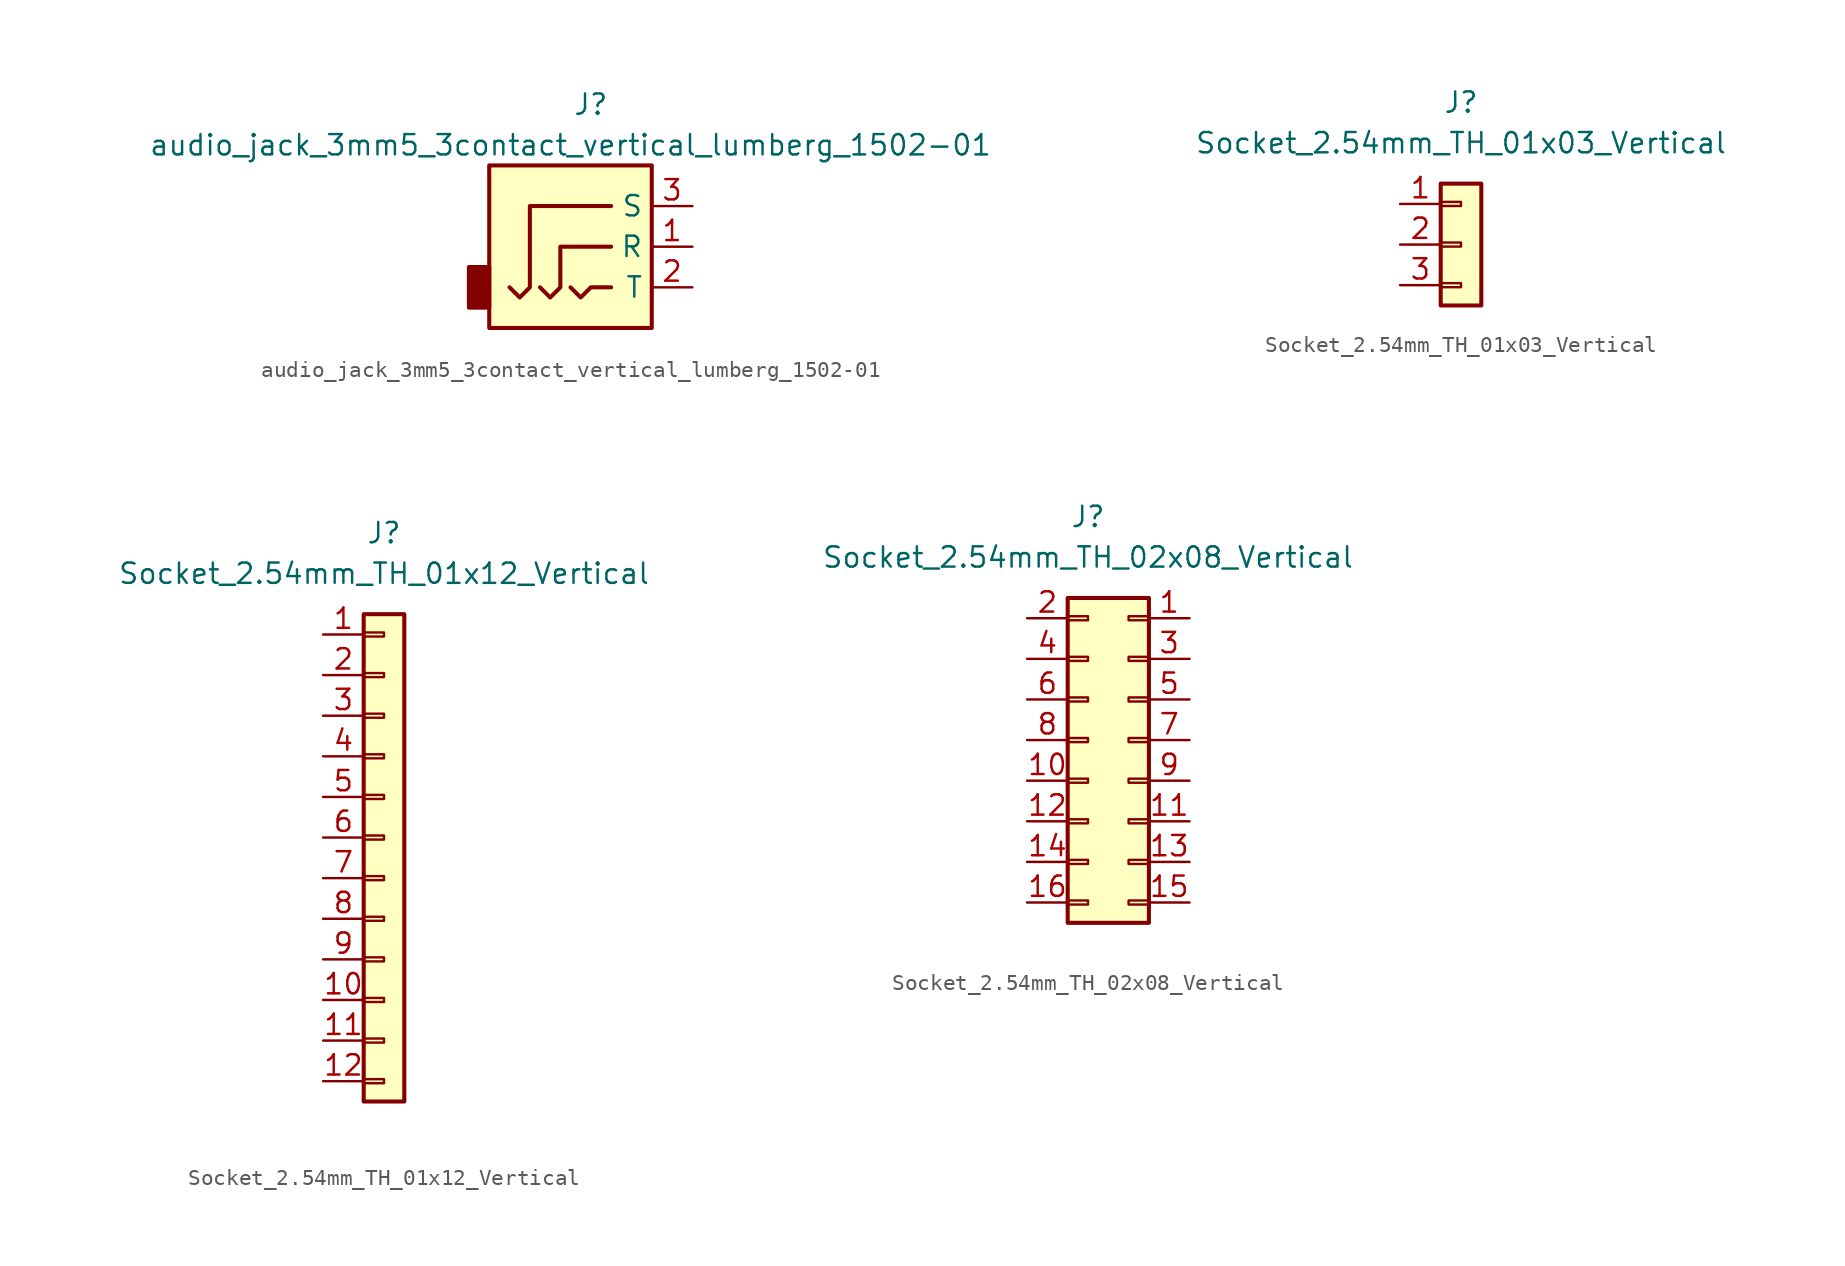
<source format=kicad_sym>
(kicad_symbol_lib
  (version 20211014)
  (generator kicad_symbol_editor)
  (symbol "audio_jack_3mm5_3contact_vertical_lumberg_1502-01"
    (property "Reference" "J"
      (at 0 11.43 0)
      (effects (font (size 1.27 1.27))))
    (property "Value" "audio_jack_3mm5_3contact_vertical_lumberg_1502-01"
      (at -1.27 8.89 0)
      (effects (font (size 1.27 1.27))))
    (symbol "audio_jack_3mm5_3contact_vertical_lumberg_1502-01_1_1"
      (rectangle (start -6.35 -1.27) (end -7.62 1.27) (stroke (width 0.254) (type default) (color 0 0 0 0)) (fill (type outline)))
      (polyline (pts (xy -1.27 0) (xy -0.635 -0.635) (xy 0 0) (xy 1.27 0)) (stroke (width 0.254) (type default) (color 0 0 0 0)) (fill (type none)))
      (polyline (pts (xy -3.175 0) (xy -2.54 -0.635) (xy -1.905 0) (xy -1.905 2.54) (xy 1.27 2.54)) (stroke (width 0.254) (type default) (color 0 0 0 0)) (fill (type none)))
      (polyline (pts (xy 1.27 5.08) (xy -3.81 5.08) (xy -3.81 0) (xy -4.445 -0.635) (xy -5.08 0)) (stroke (width 0.254) (type default) (color 0 0 0 0)) (fill (type none)))
      (rectangle (start 3.81 7.62) (end -6.35 -2.54) (stroke (width 0.254) (type default) (color 0 0 0 0)) (fill (type background)))
      (pin passive line (at 6.35 2.54 180) (length 2.54) (name "R" (effects (font (size 1.27 1.27)))) (number "1" (effects (font (size 1.27 1.27)))))
      (pin passive line (at 6.35 0 180) (length 2.54) (name "T" (effects (font (size 1.27 1.27)))) (number "2" (effects (font (size 1.27 1.27)))))
      (pin passive line (at 6.35 5.08 180) (length 2.54) (name "S" (effects (font (size 1.27 1.27)))) (number "3" (effects (font (size 1.27 1.27)))))))
  (symbol "Socket_2.54mm_TH_01x03_Vertical"
    (pin_names
      (offset 1.27) hide)
    (property "Reference" "J"
      (at 0 8.89 0)
      (effects (font (size 1.27 1.27))))
    (property "Value" "Socket_2.54mm_TH_01x03_Vertical"
      (at 0 6.35 0)
      (effects (font (size 1.27 1.27))))
    (symbol "Socket_2.54mm_TH_01x03_Vertical_1_1"
      (rectangle (start -1.27 -2.413) (end 0 -2.667) (stroke (width 0.152) (type default) (color 0 0 0 0)) (fill (type none)))
      (rectangle (start -1.27 0.127) (end 0 -0.127) (stroke (width 0.152) (type default) (color 0 0 0 0)) (fill (type none)))
      (rectangle (start -1.27 2.667) (end 0 2.413) (stroke (width 0.152) (type default) (color 0 0 0 0)) (fill (type none)))
      (rectangle (start -1.27 3.81) (end 1.27 -3.81) (stroke (width 0.254) (type default) (color 0 0 0 0)) (fill (type background)))
      (pin passive line (at -3.81 2.54 0) (length 2.54) (name "Pin_1" (effects (font (size 1.27 1.27)))) (number "1" (effects (font (size 1.27 1.27)))))
      (pin passive line (at -3.81 0 0) (length 2.54) (name "Pin_2" (effects (font (size 1.27 1.27)))) (number "2" (effects (font (size 1.27 1.27)))))
      (pin passive line (at -3.81 -2.54 0) (length 2.54) (name "Pin_3" (effects (font (size 1.27 1.27)))) (number "3" (effects (font (size 1.27 1.27)))))))
  (symbol "Socket_2.54mm_TH_01x12_Vertical"
    (pin_names
      (offset 1.27) hide)
    (property "Reference" "J"
      (at 0 20.32 0)
      (effects (font (size 1.27 1.27))))
    (property "Value" "Socket_2.54mm_TH_01x12_Vertical"
      (at 0 17.78 0)
      (effects (font (size 1.27 1.27))))
    (symbol "Socket_2.54mm_TH_01x12_Vertical_0_0"
      (pin passive line (at -3.81 -8.89 0) (length 2.54) (name "Pin_10" (effects (font (size 1.27 1.27)))) (number "10" (effects (font (size 1.27 1.27)))))
      (pin passive line (at -3.81 -11.43 0) (length 2.54) (name "Pin_11" (effects (font (size 1.27 1.27)))) (number "11" (effects (font (size 1.27 1.27)))))
      (pin passive line (at -3.81 -13.97 0) (length 2.54) (name "Pin_12" (effects (font (size 1.27 1.27)))) (number "12" (effects (font (size 1.27 1.27)))))
      (pin passive line (at -3.81 6.35 0) (length 2.54) (name "Pin_4" (effects (font (size 1.27 1.27)))) (number "4" (effects (font (size 1.27 1.27)))))
      (pin passive line (at -3.81 3.81 0) (length 2.54) (name "Pin_5" (effects (font (size 1.27 1.27)))) (number "5" (effects (font (size 1.27 1.27)))))
      (pin passive line (at -3.81 1.27 0) (length 2.54) (name "Pin_6" (effects (font (size 1.27 1.27)))) (number "6" (effects (font (size 1.27 1.27)))))
      (pin passive line (at -3.81 -1.27 0) (length 2.54) (name "Pin_7" (effects (font (size 1.27 1.27)))) (number "7" (effects (font (size 1.27 1.27)))))
      (pin passive line (at -3.81 -3.81 0) (length 2.54) (name "Pin_8" (effects (font (size 1.27 1.27)))) (number "8" (effects (font (size 1.27 1.27)))))
      (pin passive line (at -3.81 -6.35 0) (length 2.54) (name "Pin_9" (effects (font (size 1.27 1.27)))) (number "9" (effects (font (size 1.27 1.27))))))
    (symbol "Socket_2.54mm_TH_01x12_Vertical_1_1"
      (rectangle (start -1.27 -13.843) (end 0 -14.097) (stroke (width 0.152) (type default) (color 0 0 0 0)) (fill (type none)))
      (rectangle (start -1.27 -11.303) (end 0 -11.557) (stroke (width 0.152) (type default) (color 0 0 0 0)) (fill (type none)))
      (rectangle (start -1.27 -8.763) (end 0 -9.017) (stroke (width 0.152) (type default) (color 0 0 0 0)) (fill (type none)))
      (rectangle (start -1.27 -6.223) (end 0 -6.477) (stroke (width 0.152) (type default) (color 0 0 0 0)) (fill (type none)))
      (rectangle (start -1.27 -3.683) (end 0 -3.937) (stroke (width 0.152) (type default) (color 0 0 0 0)) (fill (type none)))
      (rectangle (start -1.27 -1.143) (end 0 -1.397) (stroke (width 0.152) (type default) (color 0 0 0 0)) (fill (type none)))
      (rectangle (start -1.27 1.397) (end 0 1.143) (stroke (width 0.152) (type default) (color 0 0 0 0)) (fill (type none)))
      (rectangle (start -1.27 3.937) (end 0 3.683) (stroke (width 0.152) (type default) (color 0 0 0 0)) (fill (type none)))
      (rectangle (start -1.27 6.477) (end 0 6.223) (stroke (width 0.152) (type default) (color 0 0 0 0)) (fill (type none)))
      (rectangle (start -1.27 9.017) (end 0 8.763) (stroke (width 0.152) (type default) (color 0 0 0 0)) (fill (type none)))
      (rectangle (start -1.27 11.557) (end 0 11.303) (stroke (width 0.152) (type default) (color 0 0 0 0)) (fill (type none)))
      (rectangle (start -1.27 14.097) (end 0 13.843) (stroke (width 0.152) (type default) (color 0 0 0 0)) (fill (type none)))
      (rectangle (start -1.27 15.24) (end 1.27 -15.24) (stroke (width 0.254) (type default) (color 0 0 0 0)) (fill (type background)))
      (pin passive line (at -3.81 13.97 0) (length 2.54) (name "Pin_1" (effects (font (size 1.27 1.27)))) (number "1" (effects (font (size 1.27 1.27)))))
      (pin passive line (at -3.81 11.43 0) (length 2.54) (name "Pin_2" (effects (font (size 1.27 1.27)))) (number "2" (effects (font (size 1.27 1.27)))))
      (pin passive line (at -3.81 8.89 0) (length 2.54) (name "Pin_3" (effects (font (size 1.27 1.27)))) (number "3" (effects (font (size 1.27 1.27)))))))
  (symbol "Socket_2.54mm_TH_02x08_Vertical"
    (pin_names
      (offset 1.27) hide)
    (property "Reference" "J"
      (at -1.27 15.24 0)
      (effects (font (size 1.27 1.27))))
    (property "Value" "Socket_2.54mm_TH_02x08_Vertical"
      (at -1.27 12.7 0)
      (effects (font (size 1.27 1.27))))
    (symbol "Socket_2.54mm_TH_02x08_Vertical_0_0"
      (pin passive line (at -5.08 -1.27 0) (length 2.54) (name "Pin_10" (effects (font (size 1.27 1.27)))) (number "10" (effects (font (size 1.27 1.27)))))
      (pin passive line (at 5.08 -3.81 180) (length 2.54) (name "Pin_11" (effects (font (size 1.27 1.27)))) (number "11" (effects (font (size 1.27 1.27)))))
      (pin passive line (at -5.08 -3.81 0) (length 2.54) (name "Pin_12" (effects (font (size 1.27 1.27)))) (number "12" (effects (font (size 1.27 1.27)))))
      (pin passive line (at 5.08 -6.35 180) (length 2.54) (name "Pin_13" (effects (font (size 1.27 1.27)))) (number "13" (effects (font (size 1.27 1.27)))))
      (pin passive line (at -5.08 -6.35 0) (length 2.54) (name "Pin_14" (effects (font (size 1.27 1.27)))) (number "14" (effects (font (size 1.27 1.27)))))
      (pin passive line (at 5.08 -8.89 180) (length 2.54) (name "Pin_15" (effects (font (size 1.27 1.27)))) (number "15" (effects (font (size 1.27 1.27)))))
      (pin passive line (at -5.08 -8.89 0) (length 2.54) (name "Pin_16" (effects (font (size 1.27 1.27)))) (number "16" (effects (font (size 1.27 1.27)))))
      (pin passive line (at -5.08 6.35 0) (length 2.54) (name "Pin_4" (effects (font (size 1.27 1.27)))) (number "4" (effects (font (size 1.27 1.27)))))
      (pin passive line (at 5.08 3.81 180) (length 2.54) (name "Pin_5" (effects (font (size 1.27 1.27)))) (number "5" (effects (font (size 1.27 1.27)))))
      (pin passive line (at -5.08 3.81 0) (length 2.54) (name "Pin_6" (effects (font (size 1.27 1.27)))) (number "6" (effects (font (size 1.27 1.27)))))
      (pin passive line (at 5.08 1.27 180) (length 2.54) (name "Pin_7" (effects (font (size 1.27 1.27)))) (number "7" (effects (font (size 1.27 1.27)))))
      (pin passive line (at -5.08 1.27 0) (length 2.54) (name "Pin_8" (effects (font (size 1.27 1.27)))) (number "8" (effects (font (size 1.27 1.27)))))
      (pin passive line (at 5.08 -1.27 180) (length 2.54) (name "Pin_9" (effects (font (size 1.27 1.27)))) (number "9" (effects (font (size 1.27 1.27))))))
    (symbol "Socket_2.54mm_TH_02x08_Vertical_1_1"
      (rectangle (start -2.54 -8.763) (end -1.27 -9.017) (stroke (width 0.152) (type default) (color 0 0 0 0)) (fill (type none)))
      (rectangle (start -2.54 -6.223) (end -1.27 -6.477) (stroke (width 0.152) (type default) (color 0 0 0 0)) (fill (type none)))
      (rectangle (start -2.54 -3.683) (end -1.27 -3.937) (stroke (width 0.152) (type default) (color 0 0 0 0)) (fill (type none)))
      (rectangle (start -2.54 -1.143) (end -1.27 -1.397) (stroke (width 0.152) (type default) (color 0 0 0 0)) (fill (type none)))
      (rectangle (start -2.54 1.397) (end -1.27 1.143) (stroke (width 0.152) (type default) (color 0 0 0 0)) (fill (type none)))
      (rectangle (start -2.54 3.937) (end -1.27 3.683) (stroke (width 0.152) (type default) (color 0 0 0 0)) (fill (type none)))
      (rectangle (start -2.54 6.477) (end -1.27 6.223) (stroke (width 0.152) (type default) (color 0 0 0 0)) (fill (type none)))
      (rectangle (start -2.54 9.017) (end -1.27 8.763) (stroke (width 0.152) (type default) (color 0 0 0 0)) (fill (type none)))
      (rectangle (start -2.54 10.16) (end 2.54 -10.16) (stroke (width 0.254) (type default) (color 0 0 0 0)) (fill (type background)))
      (rectangle (start 1.27 -8.763) (end 2.54 -9.017) (stroke (width 0.152) (type default) (color 0 0 0 0)) (fill (type none)))
      (rectangle (start 1.27 -6.223) (end 2.54 -6.477) (stroke (width 0.152) (type default) (color 0 0 0 0)) (fill (type none)))
      (rectangle (start 1.27 -3.683) (end 2.54 -3.937) (stroke (width 0.152) (type default) (color 0 0 0 0)) (fill (type none)))
      (rectangle (start 1.27 -1.143) (end 2.54 -1.397) (stroke (width 0.152) (type default) (color 0 0 0 0)) (fill (type none)))
      (rectangle (start 1.27 1.397) (end 2.54 1.143) (stroke (width 0.152) (type default) (color 0 0 0 0)) (fill (type none)))
      (rectangle (start 1.27 3.937) (end 2.54 3.683) (stroke (width 0.152) (type default) (color 0 0 0 0)) (fill (type none)))
      (rectangle (start 1.27 6.477) (end 2.54 6.223) (stroke (width 0.152) (type default) (color 0 0 0 0)) (fill (type none)))
      (rectangle (start 1.27 9.017) (end 2.54 8.763) (stroke (width 0.152) (type default) (color 0 0 0 0)) (fill (type none)))
      (pin passive line (at 5.08 8.89 180) (length 2.54) (name "Pin_1" (effects (font (size 1.27 1.27)))) (number "1" (effects (font (size 1.27 1.27)))))
      (pin passive line (at -5.08 8.89 0) (length 2.54) (name "Pin_2" (effects (font (size 1.27 1.27)))) (number "2" (effects (font (size 1.27 1.27)))))
      (pin passive line (at 5.08 6.35 180) (length 2.54) (name "Pin_3" (effects (font (size 1.27 1.27)))) (number "3" (effects (font (size 1.27 1.27))))))))
</source>
